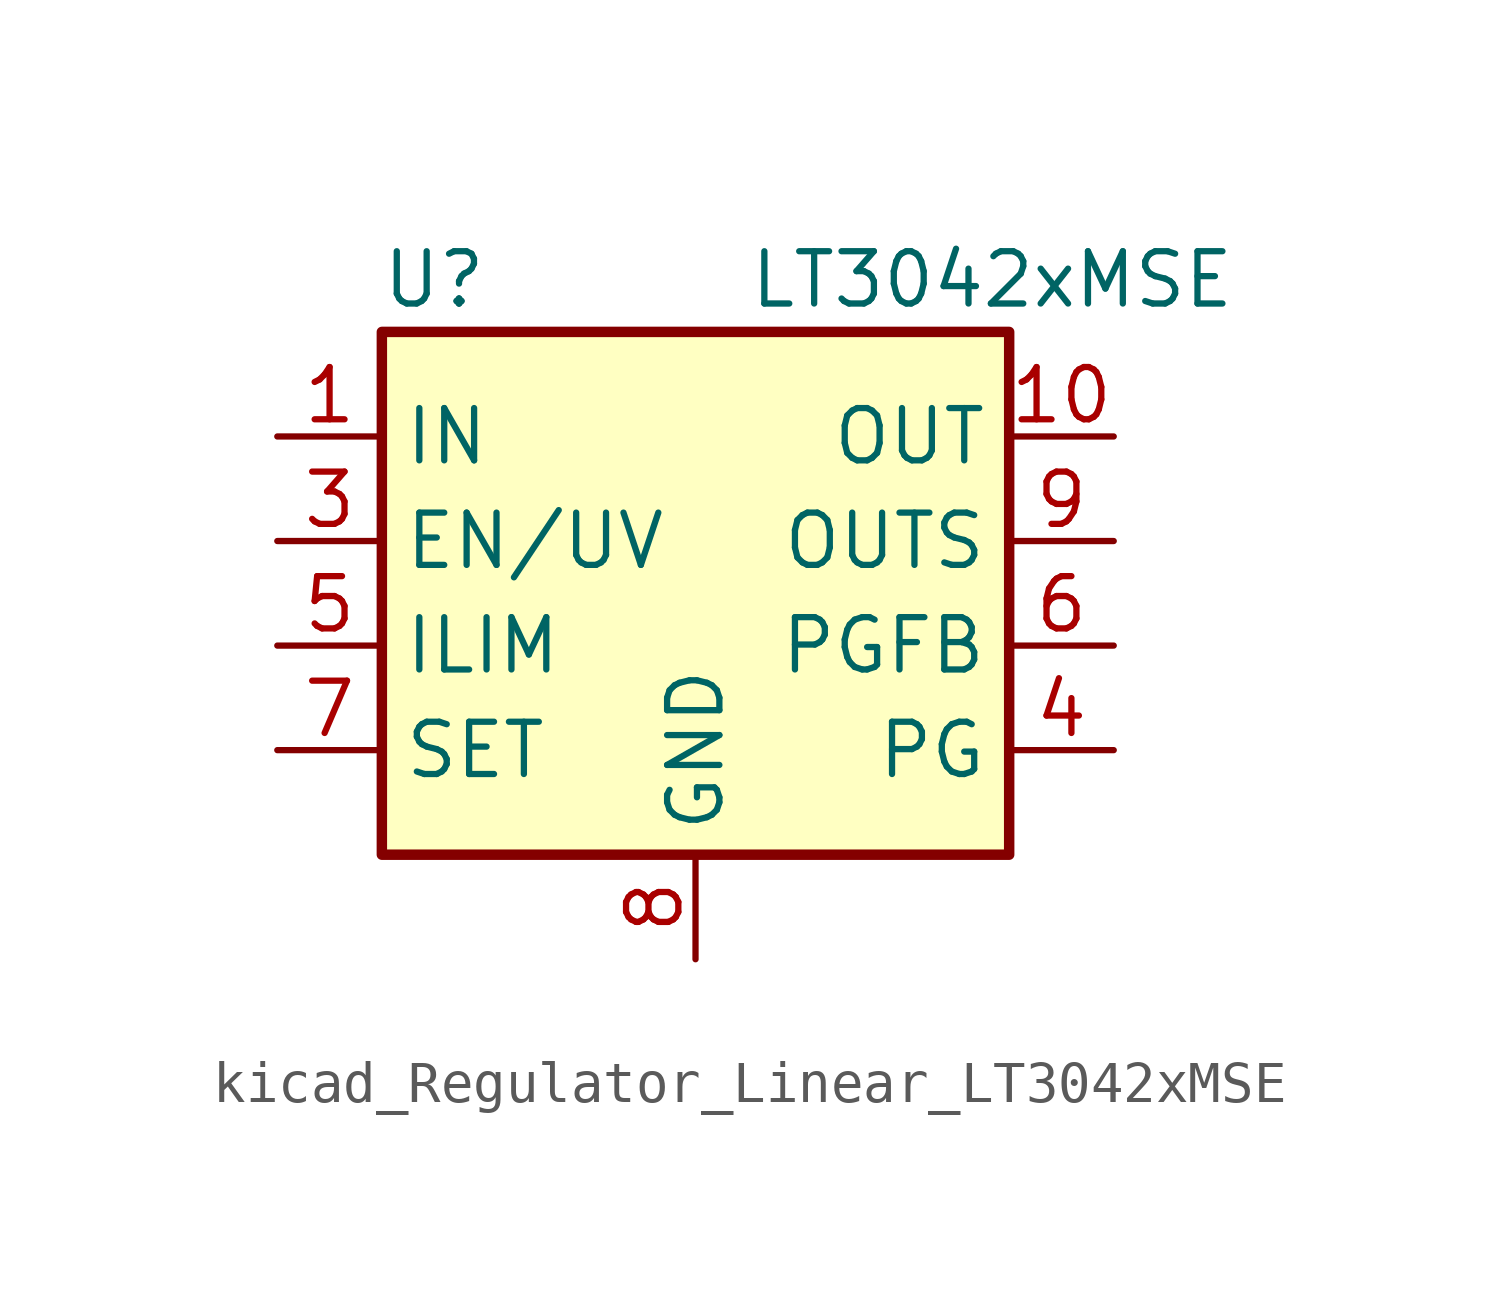
<source format=kicad_sym>
(kicad_symbol_lib
  (version 20220914)
  (generator kicad_symbol_editor)
  (symbol "kicad_Regulator_Linear_LT3042xMSE"
    (property "Reference" "U"
      (at -6.35 6.35 0)
      (effects (font (size 1.27 1.27))))
    (property "Value" "LT3042xMSE"
      (at 1.27 6.35 0)
      (effects (font (size 1.27 1.27)) (justify left)))
    (symbol "kicad_Regulator_Linear_LT3042xMSE_0_1"
      (rectangle (start -7.62 5.08) (end 7.62 -7.62) (stroke (width 0.254) (type default)) (fill (type background))))
    (symbol "kicad_Regulator_Linear_LT3042xMSE_1_1"
      (pin power_in line (at -10.16 2.54 0) (length 2.54) (name "IN" (effects (font (size 1.27 1.27)))) (number "1" (effects (font (size 1.27 1.27)))))
      (pin power_out line (at 10.16 2.54 180) (length 2.54) (name "OUT" (effects (font (size 1.27 1.27)))) (number "10" (effects (font (size 1.27 1.27)))))
      (pin passive line (at 0 -10.16 90) (length 2.54) hide (name "GND" (effects (font (size 1.27 1.27)))) (number "11" (effects (font (size 1.27 1.27)))))
      (pin passive line (at -10.16 2.54 0) (length 2.54) hide (name "IN" (effects (font (size 1.27 1.27)))) (number "2" (effects (font (size 1.27 1.27)))))
      (pin input line (at -10.16 0 0) (length 2.54) (name "EN/UV" (effects (font (size 1.27 1.27)))) (number "3" (effects (font (size 1.27 1.27)))))
      (pin open_collector line (at 10.16 -5.08 180) (length 2.54) (name "PG" (effects (font (size 1.27 1.27)))) (number "4" (effects (font (size 1.27 1.27)))))
      (pin passive line (at -10.16 -2.54 0) (length 2.54) (name "ILIM" (effects (font (size 1.27 1.27)))) (number "5" (effects (font (size 1.27 1.27)))))
      (pin input line (at 10.16 -2.54 180) (length 2.54) (name "PGFB" (effects (font (size 1.27 1.27)))) (number "6" (effects (font (size 1.27 1.27)))))
      (pin passive line (at -10.16 -5.08 0) (length 2.54) (name "SET" (effects (font (size 1.27 1.27)))) (number "7" (effects (font (size 1.27 1.27)))))
      (pin power_in line (at 0 -10.16 90) (length 2.54) (name "GND" (effects (font (size 1.27 1.27)))) (number "8" (effects (font (size 1.27 1.27)))))
      (pin input line (at 10.16 0 180) (length 2.54) (name "OUTS" (effects (font (size 1.27 1.27)))) (number "9" (effects (font (size 1.27 1.27))))))))
</source>
